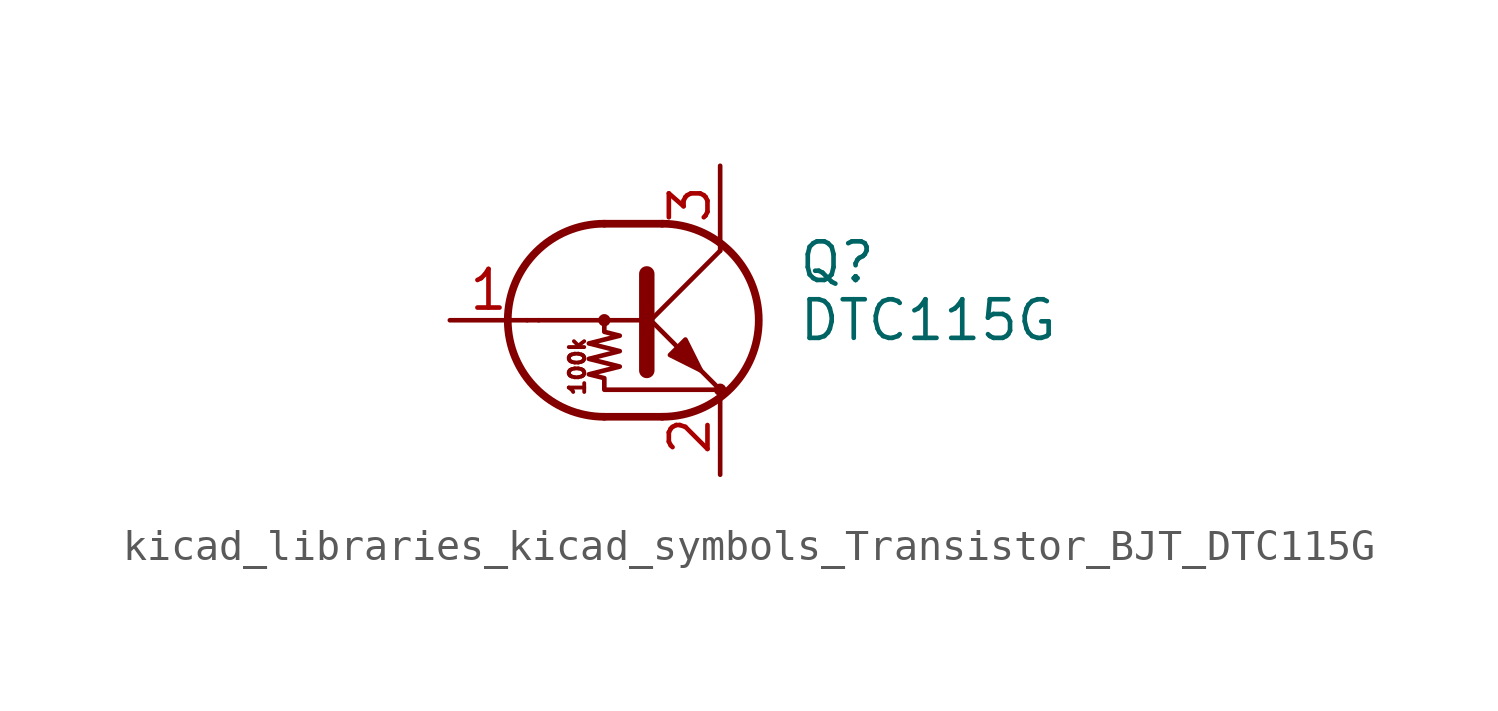
<source format=kicad_sym>
(kicad_symbol_lib
  (version 20220914)
  (generator kicad_symbol_editor)
  (symbol "kicad_libraries_kicad_symbols_Transistor_BJT_DTC115G"
    (pin_names
      (offset 0) hide)
    (property "Reference" "Q"
      (at 5.08 1.905 0)
      (effects (font (size 1.27 1.27)) (justify left)))
    (property "Value" "DTC115G"
      (at 5.08 0 0)
      (effects (font (size 1.27 1.27)) (justify left)))
    (symbol "kicad_libraries_kicad_symbols_Transistor_BJT_DTC115G_0_0"
      (polyline (pts (xy -3.429 0) (xy 0 0)) (stroke (width 0) (type default)) (fill (type none)))
      (text "100k" (at -2.159 -1.524 900) (effects (font (size 0.508 0.508)))))
    (symbol "kicad_libraries_kicad_symbols_Transistor_BJT_DTC115G_0_1"
      (circle (center -1.27 0) (radius 0.127) (stroke (width 0) (type default)) (fill (type none)))
      (arc (start -1.27 3.175) (mid -4.4312 0) (end -1.27 -3.175) (stroke (width 0.254) (type default)) (fill (type none)))
      (polyline (pts (xy -3.429 0) (xy -3.81 0)) (stroke (width 0) (type default)) (fill (type none)))
      (polyline (pts (xy -1.27 -3.175) (xy 0.635 -3.175)) (stroke (width 0.254) (type default)) (fill (type none)))
      (polyline (pts (xy -1.27 3.175) (xy 0.635 3.175)) (stroke (width 0.254) (type default)) (fill (type none)))
      (polyline (pts (xy 0 -0.254) (xy 2.54 2.286)) (stroke (width 0) (type default)) (fill (type none)))
      (polyline (pts (xy 0.127 1.524) (xy 0.127 -1.651)) (stroke (width 0.508) (type default)) (fill (type outline)))
      (polyline (pts (xy 2.54 2.286) (xy 2.54 2.54)) (stroke (width 0) (type default)) (fill (type none)))
      (polyline (pts (xy 2.54 -2.286) (xy 0 0.254) (xy 0 0.254)) (stroke (width 0) (type default)) (fill (type none)))
      (polyline (pts (xy 0.889 -1.143) (xy 1.397 -0.635) (xy 1.905 -1.651) (xy 0.889 -1.143)) (stroke (width 0) (type default)) (fill (type outline)))
      (polyline (pts (xy -1.27 0) (xy -1.27 -0.381) (xy -0.762 -0.508) (xy -1.778 -0.762) (xy -0.762 -1.016) (xy -1.778 -1.27) (xy -0.762 -1.524) (xy -1.778 -1.778) (xy -1.27 -1.905) (xy -1.27 -2.286) (xy 2.54 -2.286)) (stroke (width 0) (type default)) (fill (type none)))
      (arc (start 0.635 -3.175) (mid 3.7962 0) (end 0.635 3.175) (stroke (width 0.254) (type default)) (fill (type none)))
      (circle (center 2.54 -2.286) (radius 0.127) (stroke (width 0) (type default)) (fill (type none))))
    (symbol "kicad_libraries_kicad_symbols_Transistor_BJT_DTC115G_1_1"
      (pin input line (at -6.35 0 0) (length 2.54) (name "B" (effects (font (size 1.27 1.27)))) (number "1" (effects (font (size 1.27 1.27)))))
      (pin passive line (at 2.54 -5.08 90) (length 2.54) (name "E" (effects (font (size 1.27 1.27)))) (number "2" (effects (font (size 1.27 1.27)))))
      (pin passive line (at 2.54 5.08 270) (length 2.54) (name "C" (effects (font (size 1.27 1.27)))) (number "3" (effects (font (size 1.27 1.27))))))))
</source>
